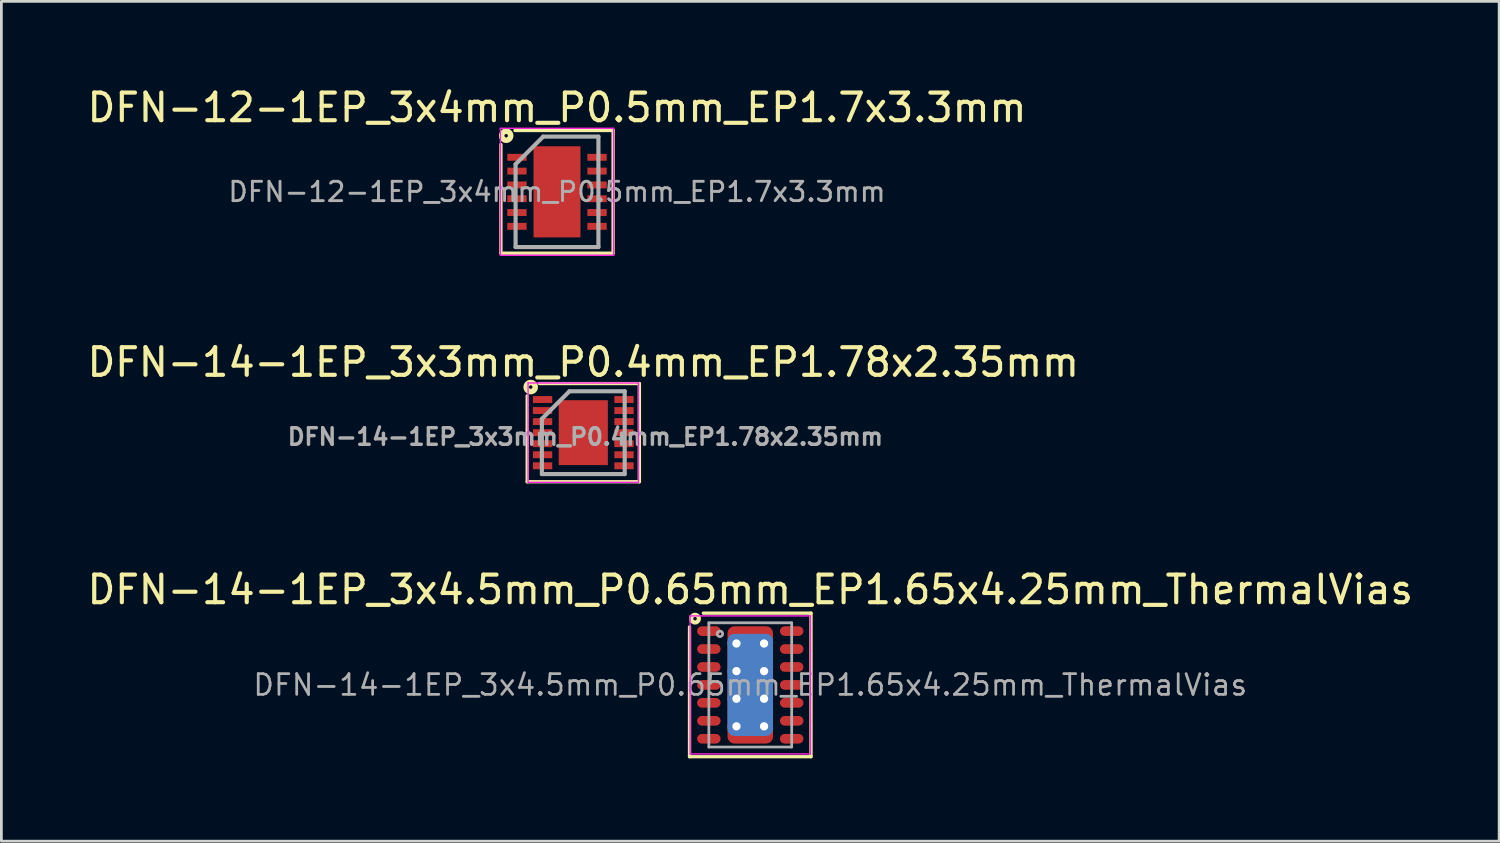
<source format=kicad_pcb>
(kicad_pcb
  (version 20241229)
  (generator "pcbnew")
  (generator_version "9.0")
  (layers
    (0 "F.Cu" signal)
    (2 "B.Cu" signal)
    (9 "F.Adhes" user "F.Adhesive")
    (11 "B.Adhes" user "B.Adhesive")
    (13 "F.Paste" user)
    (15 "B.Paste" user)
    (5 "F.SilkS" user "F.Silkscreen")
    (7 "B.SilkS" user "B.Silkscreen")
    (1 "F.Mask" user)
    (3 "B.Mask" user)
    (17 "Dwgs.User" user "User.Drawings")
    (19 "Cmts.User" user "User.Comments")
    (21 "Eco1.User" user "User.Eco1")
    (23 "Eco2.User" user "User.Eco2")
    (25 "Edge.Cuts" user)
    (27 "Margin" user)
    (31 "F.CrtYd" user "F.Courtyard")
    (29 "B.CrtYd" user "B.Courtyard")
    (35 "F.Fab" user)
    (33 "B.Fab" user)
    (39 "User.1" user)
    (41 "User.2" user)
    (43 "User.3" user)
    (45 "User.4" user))
  (footprint "DFN-14-1EP_3x4.5mm_P0.65mm_EP1.65x4.25mm_ThermalVias"
    (layer "F.Cu")
    (at 24.125 21.758)
    (property "Reference" "DFN-14-1EP_3x4.5mm_P0.65mm_EP1.65x4.25mm_ThermalVias" (at 0 -3.45 0) (layer "F.SilkS") (effects (font (size 1 1) (thickness 0.15))))
    (attr smd)
    (fp_line (start -2.2 2.6) (end -2.2 -2.1) (stroke (width 0.12) (type solid)) (layer "F.SilkS"))
    (fp_line (start -1.7 -2.6) (end 2.2 -2.6) (stroke (width 0.12) (type solid)) (layer "F.SilkS"))
    (fp_line (start 2.2 -2.6) (end 2.2 2.6) (stroke (width 0.12) (type solid)) (layer "F.SilkS"))
    (fp_line (start 2.2 2.6) (end -2.2 2.6) (stroke (width 0.12) (type solid)) (layer "F.SilkS"))
    (fp_circle (center -2 -2.4) (end -1.936 -2.4) (stroke (width 0.15) (type solid)) (fill no) (layer "F.SilkS"))
    (fp_line (start -2.18 -2.5) (end -2.18 2.5) (stroke (width 0.05) (type solid)) (layer "F.CrtYd"))
    (fp_line (start -2.18 2.5) (end 2.18 2.5) (stroke (width 0.05) (type solid)) (layer "F.CrtYd"))
    (fp_line (start 2.18 -2.5) (end -2.18 -2.5) (stroke (width 0.05) (type solid)) (layer "F.CrtYd"))
    (fp_line (start 2.18 2.5) (end 2.18 -2.5) (stroke (width 0.05) (type solid)) (layer "F.CrtYd"))
    (fp_line (start -1.5 2.25) (end -1.5 -2.25) (stroke (width 0.1) (type solid)) (layer "F.Fab"))
    (fp_line (start -1.5 2.25) (end 1.5 2.25) (stroke (width 0.1) (type solid)) (layer "F.Fab"))
    (fp_line (start 1.5 -2.25) (end -1.5 -2.25) (stroke (width 0.1) (type solid)) (layer "F.Fab"))
    (fp_line (start 1.5 2.25) (end 1.5 -2.25) (stroke (width 0.1) (type solid)) (layer "F.Fab"))
    (fp_circle (center -1.1 -1.85) (end -1 -1.85) (stroke (width 0.1) (type solid)) (fill no) (layer "F.Fab"))
    (fp_text user "${REFERENCE}" (at 0 0 0) (layer "F.Fab") (effects (font (size 0.75 0.75) (thickness 0.1))))
    (pad "" smd roundrect (at -0.45 -1.75) (size 0.7 0.6) (layers "F.Paste") (roundrect_rratio 0.25))
    (pad "" smd roundrect (at -0.45 -0.9) (size 0.7 0.7) (layers "F.Paste") (roundrect_rratio 0.25))
    (pad "" smd roundrect (at -0.45 0) (size 0.7 0.7) (layers "F.Paste") (roundrect_rratio 0.25))
    (pad "" smd roundrect (at -0.45 0.9) (size 0.7 0.7) (layers "F.Paste") (roundrect_rratio 0.25))
    (pad "" smd roundrect (at -0.45 1.75) (size 0.7 0.6) (layers "F.Paste") (roundrect_rratio 0.25))
    (pad "" smd roundrect (at 0.45 -1.75) (size 0.7 0.6) (layers "F.Paste") (roundrect_rratio 0.25))
    (pad "" smd roundrect (at 0.45 -0.9) (size 0.7 0.7) (layers "F.Paste") (roundrect_rratio 0.25))
    (pad "" smd roundrect (at 0.45 0) (size 0.7 0.7) (layers "F.Paste") (roundrect_rratio 0.25))
    (pad "" smd roundrect (at 0.45 0.9) (size 0.7 0.7) (layers "F.Paste") (roundrect_rratio 0.25))
    (pad "" smd roundrect (at 0.45 1.75) (size 0.7 0.6) (layers "F.Paste") (roundrect_rratio 0.25))
    (pad "1" smd oval (at -1.5 -1.95) (size 0.85 0.35) (layers "F.Cu" "F.Mask" "F.Paste"))
    (pad "2" smd oval (at -1.5 -1.3) (size 0.85 0.35) (layers "F.Cu" "F.Mask" "F.Paste"))
    (pad "3" smd oval (at -1.5 -0.65) (size 0.85 0.35) (layers "F.Cu" "F.Mask" "F.Paste"))
    (pad "4" smd oval (at -1.5 0) (size 0.85 0.35) (layers "F.Cu" "F.Mask" "F.Paste"))
    (pad "5" smd oval (at -1.5 0.65) (size 0.85 0.35) (layers "F.Cu" "F.Mask" "F.Paste"))
    (pad "6" smd oval (at -1.5 1.3) (size 0.85 0.35) (layers "F.Cu" "F.Mask" "F.Paste"))
    (pad "7" smd oval (at -1.5 1.95) (size 0.85 0.35) (layers "F.Cu" "F.Mask" "F.Paste"))
    (pad "8" smd oval (at 1.5 1.95) (size 0.85 0.35) (layers "F.Cu" "F.Mask" "F.Paste"))
    (pad "9" smd oval (at 1.5 1.3) (size 0.85 0.35) (layers "F.Cu" "F.Mask" "F.Paste"))
    (pad "10" smd oval (at 1.5 0.65) (size 0.85 0.35) (layers "F.Cu" "F.Mask" "F.Paste"))
    (pad "11" smd oval (at 1.5 0) (size 0.85 0.35) (layers "F.Cu" "F.Mask" "F.Paste"))
    (pad "12" smd oval (at 1.5 -0.65) (size 0.85 0.35) (layers "F.Cu" "F.Mask" "F.Paste"))
    (pad "13" smd oval (at 1.5 -1.3) (size 0.85 0.35) (layers "F.Cu" "F.Mask" "F.Paste"))
    (pad "14" smd oval (at 1.5 -1.95) (size 0.85 0.35) (layers "F.Cu" "F.Mask" "F.Paste"))
    (pad "15" thru_hole circle (at -0.5 -1.5) (size 0.65 0.65) (drill 0.3) (property pad_prop_heatsink) (layers "*.Cu" "*.Mask"))
    (pad "15" thru_hole circle (at -0.5 -0.5) (size 0.65 0.65) (drill 0.3) (property pad_prop_heatsink) (layers "*.Cu" "*.Mask"))
    (pad "15" thru_hole circle (at -0.5 0.5) (size 0.65 0.65) (drill 0.3) (property pad_prop_heatsink) (layers "*.Cu" "*.Mask"))
    (pad "15" thru_hole circle (at -0.5 1.5) (size 0.65 0.65) (drill 0.3) (property pad_prop_heatsink) (layers "*.Cu" "*.Mask"))
    (pad "15" smd roundrect (at 0 0) (size 1.65 3.7) (layers "B.Cu" "B.Mask") (roundrect_rratio 0.152))
    (pad "15" smd roundrect (at 0 0) (size 1.65 4.25) (layers "F.Cu" "F.Mask") (roundrect_rratio 0.152))
    (pad "15" thru_hole circle (at 0.5 -1.5) (size 0.65 0.65) (drill 0.3) (property pad_prop_heatsink) (layers "*.Cu" "*.Mask"))
    (pad "15" thru_hole circle (at 0.5 -0.5) (size 0.65 0.65) (drill 0.3) (property pad_prop_heatsink) (layers "*.Cu" "*.Mask"))
    (pad "15" thru_hole circle (at 0.5 0.5) (size 0.65 0.65) (drill 0.3) (property pad_prop_heatsink) (layers "*.Cu" "*.Mask"))
    (pad "15" thru_hole circle (at 0.5 1.5) (size 0.65 0.65) (drill 0.3) (property pad_prop_heatsink) (layers "*.Cu" "*.Mask")))
  (footprint "DFN-12-1EP_3x4mm_P0.5mm_EP1.7x3.3mm"
    (layer "F.Cu")
    (at 17.125 3.898)
    (property "Reference" "DFN-12-1EP_3x4mm_P0.5mm_EP1.7x3.3mm" (at 0 -3.05 0) (layer "F.SilkS") (effects (font (size 1 1) (thickness 0.15))))
    (attr smd)
    (fp_line (start -2.032 2.223) (end -2.032 -1.714) (stroke (width 0.12) (type solid)) (layer "F.SilkS"))
    (fp_line (start -1.524 -2.223) (end 2.032 -2.223) (stroke (width 0.12) (type solid)) (layer "F.SilkS"))
    (fp_line (start 2.032 -2.223) (end 2.032 2.223) (stroke (width 0.12) (type solid)) (layer "F.SilkS"))
    (fp_line (start 2.032 2.223) (end -2.032 2.223) (stroke (width 0.12) (type solid)) (layer "F.SilkS"))
    (fp_circle (center -1.841 -2.032) (end -1.778 -2.032) (stroke (width 0.2) (type solid)) (fill no) (layer "F.SilkS"))
    (fp_line (start -2.05 -2.3) (end -2.05 2.3) (stroke (width 0.05) (type solid)) (layer "F.CrtYd"))
    (fp_line (start -2.05 -2.3) (end 2.05 -2.3) (stroke (width 0.05) (type solid)) (layer "F.CrtYd"))
    (fp_line (start -2.05 2.3) (end 2.05 2.3) (stroke (width 0.05) (type solid)) (layer "F.CrtYd"))
    (fp_line (start 2.05 -2.3) (end 2.05 2.3) (stroke (width 0.05) (type solid)) (layer "F.CrtYd"))
    (fp_line (start -1.5 -1) (end -0.5 -2) (stroke (width 0.15) (type solid)) (layer "F.Fab"))
    (fp_line (start -1.5 2) (end -1.5 -1) (stroke (width 0.15) (type solid)) (layer "F.Fab"))
    (fp_line (start -0.5 -2) (end 1.5 -2) (stroke (width 0.15) (type solid)) (layer "F.Fab"))
    (fp_line (start 1.5 -2) (end 1.5 2) (stroke (width 0.15) (type solid)) (layer "F.Fab"))
    (fp_line (start 1.5 2) (end -1.5 2) (stroke (width 0.15) (type solid)) (layer "F.Fab"))
    (fp_text user "${REFERENCE}" (at 0 0 0) (layer "F.Fab") (effects (font (size 0.7 0.7) (thickness 0.105))))
    (pad "" smd rect (at -0.425 -1.238) (size 0.685 0.67) (layers "F.Paste"))
    (pad "" smd rect (at -0.425 -0.412) (size 0.685 0.67) (layers "F.Paste"))
    (pad "" smd rect (at -0.425 0.412) (size 0.685 0.67) (layers "F.Paste"))
    (pad "" smd rect (at -0.425 1.238) (size 0.685 0.67) (layers "F.Paste"))
    (pad "" smd rect (at 0.425 -1.238) (size 0.685 0.67) (layers "F.Paste"))
    (pad "" smd rect (at 0.425 -0.412) (size 0.685 0.67) (layers "F.Paste"))
    (pad "" smd rect (at 0.425 0.412) (size 0.685 0.67) (layers "F.Paste"))
    (pad "" smd rect (at 0.425 1.238) (size 0.685 0.67) (layers "F.Paste"))
    (pad "1" smd rect (at -1.45 -1.25) (size 0.7 0.25) (layers "F.Cu" "F.Mask" "F.Paste"))
    (pad "2" smd rect (at -1.45 -0.75) (size 0.7 0.25) (layers "F.Cu" "F.Mask" "F.Paste"))
    (pad "3" smd rect (at -1.45 -0.25) (size 0.7 0.25) (layers "F.Cu" "F.Mask" "F.Paste"))
    (pad "4" smd rect (at -1.45 0.25) (size 0.7 0.25) (layers "F.Cu" "F.Mask" "F.Paste"))
    (pad "5" smd rect (at -1.45 0.75) (size 0.7 0.25) (layers "F.Cu" "F.Mask" "F.Paste"))
    (pad "6" smd rect (at -1.45 1.25) (size 0.7 0.25) (layers "F.Cu" "F.Mask" "F.Paste"))
    (pad "7" smd rect (at 1.45 1.25) (size 0.7 0.25) (layers "F.Cu" "F.Mask" "F.Paste"))
    (pad "8" smd rect (at 1.45 0.75) (size 0.7 0.25) (layers "F.Cu" "F.Mask" "F.Paste"))
    (pad "9" smd rect (at 1.45 0.25) (size 0.7 0.25) (layers "F.Cu" "F.Mask" "F.Paste"))
    (pad "10" smd rect (at 1.45 -0.25) (size 0.7 0.25) (layers "F.Cu" "F.Mask" "F.Paste"))
    (pad "11" smd rect (at 1.45 -0.75) (size 0.7 0.25) (layers "F.Cu" "F.Mask" "F.Paste"))
    (pad "12" smd rect (at 1.45 -1.25) (size 0.7 0.25) (layers "F.Cu" "F.Mask" "F.Paste"))
    (pad "13" smd rect (at 0 0) (size 1.7 3.3) (layers "F.Cu" "F.Mask")))
  (footprint "DFN-14-1EP_3x3mm_P0.4mm_EP1.78x2.35mm"
    (layer "F.Cu")
    (at 18.077 12.621)
    (property "Reference" "DFN-14-1EP_3x3mm_P0.4mm_EP1.78x2.35mm" (at 0 -2.55 0) (layer "F.SilkS") (effects (font (size 1 1) (thickness 0.15))))
    (attr smd)
    (fp_line (start -2.032 1.778) (end -2.032 -1.333) (stroke (width 0.12) (type solid)) (layer "F.SilkS"))
    (fp_line (start -1.587 -1.778) (end 2.032 -1.778) (stroke (width 0.12) (type solid)) (layer "F.SilkS"))
    (fp_line (start 2.032 -1.778) (end 2.032 1.778) (stroke (width 0.12) (type solid)) (layer "F.SilkS"))
    (fp_line (start 2.032 1.778) (end -2.032 1.778) (stroke (width 0.12) (type solid)) (layer "F.SilkS"))
    (fp_circle (center -1.905 -1.651) (end -1.841 -1.651) (stroke (width 0.2) (type solid)) (fill no) (layer "F.SilkS"))
    (fp_line (start -2 -1.8) (end -2 1.8) (stroke (width 0.05) (type solid)) (layer "F.CrtYd"))
    (fp_line (start -2 -1.8) (end 2 -1.8) (stroke (width 0.05) (type solid)) (layer "F.CrtYd"))
    (fp_line (start -2 1.8) (end 2 1.8) (stroke (width 0.05) (type solid)) (layer "F.CrtYd"))
    (fp_line (start 2 -1.8) (end 2 1.8) (stroke (width 0.05) (type solid)) (layer "F.CrtYd"))
    (fp_line (start -1.5 -0.5) (end -0.5 -1.5) (stroke (width 0.15) (type solid)) (layer "F.Fab"))
    (fp_line (start -1.5 1.5) (end -1.5 -0.5) (stroke (width 0.15) (type solid)) (layer "F.Fab"))
    (fp_line (start -0.5 -1.5) (end 1.5 -1.5) (stroke (width 0.15) (type solid)) (layer "F.Fab"))
    (fp_line (start 1.5 -1.5) (end 1.5 1.5) (stroke (width 0.15) (type solid)) (layer "F.Fab"))
    (fp_line (start 1.5 1.5) (end -1.5 1.5) (stroke (width 0.15) (type solid)) (layer "F.Fab"))
    (fp_text user "${REFERENCE}" (at 0.075 0.15 0) (layer "F.Fab") (effects (font (size 0.6 0.6) (thickness 0.125))))
    (pad "" smd rect (at -0.445 -0.588) (size 0.7 0.97) (layers "F.Paste"))
    (pad "" smd rect (at -0.445 0.588) (size 0.7 0.97) (layers "F.Paste"))
    (pad "" smd rect (at 0.45 -0.588) (size 0.7 0.97) (layers "F.Paste"))
    (pad "" smd rect (at 0.45 0.588) (size 0.7 0.97) (layers "F.Paste"))
    (pad "1" smd rect (at -1.475 -1.2) (size 0.7 0.25) (layers "F.Cu" "F.Mask" "F.Paste"))
    (pad "2" smd rect (at -1.475 -0.8) (size 0.7 0.25) (layers "F.Cu" "F.Mask" "F.Paste"))
    (pad "3" smd rect (at -1.475 -0.4) (size 0.7 0.25) (layers "F.Cu" "F.Mask" "F.Paste"))
    (pad "4" smd rect (at -1.475 0) (size 0.7 0.25) (layers "F.Cu" "F.Mask" "F.Paste"))
    (pad "5" smd rect (at -1.475 0.4) (size 0.7 0.25) (layers "F.Cu" "F.Mask" "F.Paste"))
    (pad "6" smd rect (at -1.475 0.8) (size 0.7 0.25) (layers "F.Cu" "F.Mask" "F.Paste"))
    (pad "7" smd rect (at -1.475 1.2) (size 0.7 0.25) (layers "F.Cu" "F.Mask" "F.Paste"))
    (pad "8" smd rect (at 1.475 1.2) (size 0.7 0.25) (layers "F.Cu" "F.Mask" "F.Paste"))
    (pad "9" smd rect (at 1.475 0.8) (size 0.7 0.25) (layers "F.Cu" "F.Mask" "F.Paste"))
    (pad "10" smd rect (at 1.475 0.4) (size 0.7 0.25) (layers "F.Cu" "F.Mask" "F.Paste"))
    (pad "11" smd rect (at 1.475 0) (size 0.7 0.25) (layers "F.Cu" "F.Mask" "F.Paste"))
    (pad "12" smd rect (at 1.475 -0.4) (size 0.7 0.25) (layers "F.Cu" "F.Mask" "F.Paste"))
    (pad "13" smd rect (at 1.475 -0.8) (size 0.7 0.25) (layers "F.Cu" "F.Mask" "F.Paste"))
    (pad "14" smd rect (at 1.475 -1.2) (size 0.7 0.25) (layers "F.Cu" "F.Mask" "F.Paste"))
    (pad "15" smd rect (at 0 0) (size 1.78 2.35) (layers "F.Cu" "F.Mask")))
  (gr_rect
    (start -3 -3)
    (end 51.25 27.418)
    (stroke (width 0.1) (type default))
    (fill no)
    (layer "Edge.Cuts")))
</source>
